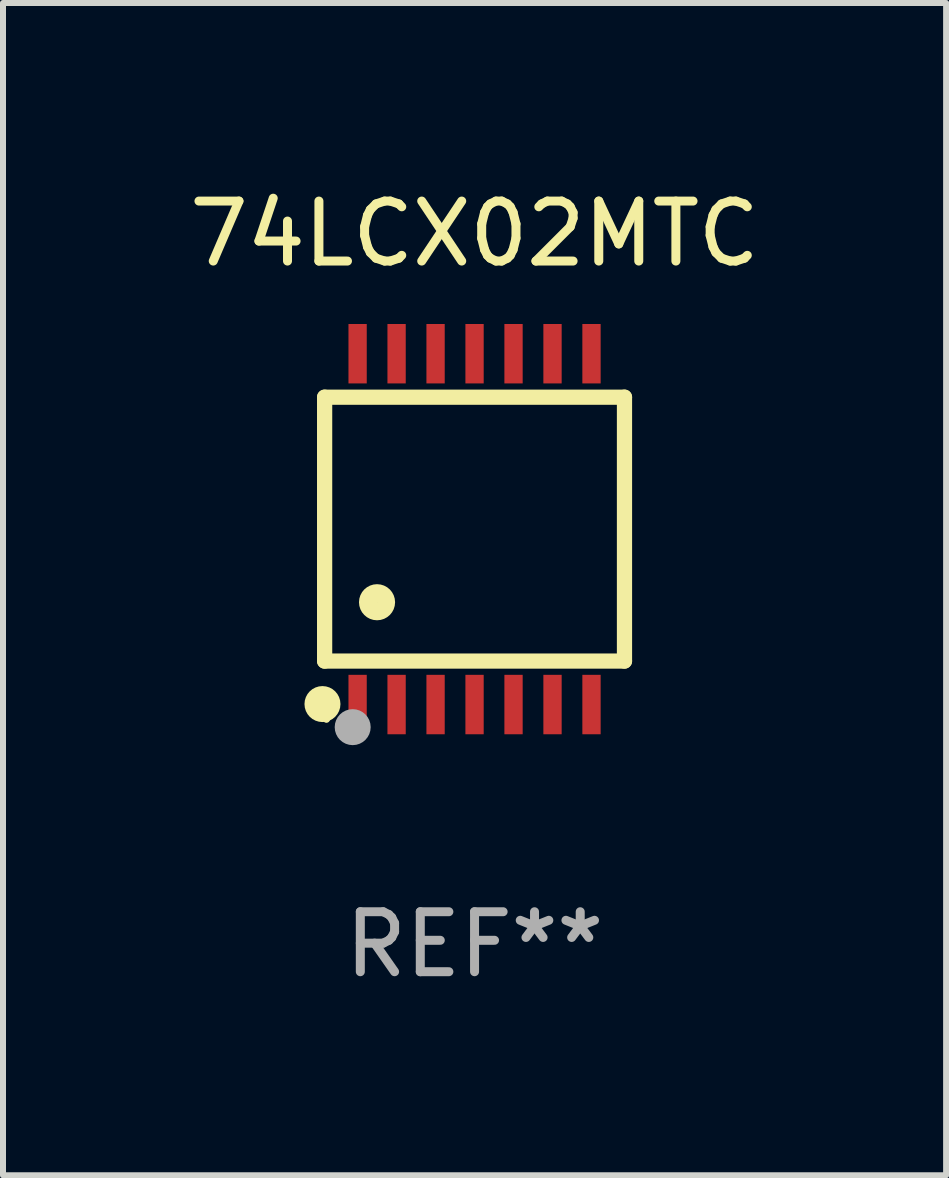
<source format=kicad_pcb>
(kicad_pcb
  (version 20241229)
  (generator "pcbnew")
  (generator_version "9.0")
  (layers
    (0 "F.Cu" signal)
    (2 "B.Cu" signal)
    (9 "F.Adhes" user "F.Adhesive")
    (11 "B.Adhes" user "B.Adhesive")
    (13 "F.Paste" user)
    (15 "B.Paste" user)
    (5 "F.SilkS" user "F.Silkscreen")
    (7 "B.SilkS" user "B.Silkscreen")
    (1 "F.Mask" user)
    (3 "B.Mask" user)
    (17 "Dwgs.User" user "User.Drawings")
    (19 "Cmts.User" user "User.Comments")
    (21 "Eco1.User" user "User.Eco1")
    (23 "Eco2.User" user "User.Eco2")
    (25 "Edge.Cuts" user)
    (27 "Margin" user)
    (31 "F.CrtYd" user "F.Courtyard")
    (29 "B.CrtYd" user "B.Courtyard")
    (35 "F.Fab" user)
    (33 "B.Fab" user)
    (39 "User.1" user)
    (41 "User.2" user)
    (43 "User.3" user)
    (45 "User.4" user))
  (footprint "74LCX02MTC"
    (layer "F.Cu")
    (at 4.863 5.773)
    (property "Reference" "74LCX02MTC" (at 0 -4.925 0) (layer "F.SilkS") (effects (font (size 1 1) (thickness 0.15))))
    (attr through_hole)
    (fp_line (start -2.5 2.2) (end -2.5 -2.2) (stroke (width 0.254) (type solid)) (layer "F.SilkS"))
    (fp_line (start -2.5 2.2) (end 2.5 2.2) (stroke (width 0.254) (type solid)) (layer "F.SilkS"))
    (fp_line (start 2.5 -2.2) (end -2.5 -2.2) (stroke (width 0.254) (type solid)) (layer "F.SilkS"))
    (fp_line (start 2.5 -2.2) (end 2.5 2.2) (stroke (width 0.254) (type solid)) (layer "F.SilkS"))
    (fp_circle (center -2.536 2.917) (end -2.386 2.917) (stroke (width 0.3) (type solid)) (fill no) (layer "F.SilkS"))
    (fp_circle (center -2.47 3.17) (end -2.44 3.17) (stroke (width 0.06) (type solid)) (fill no) (layer "F.SilkS"))
    (fp_circle (center -1.626 1.219) (end -1.475 1.219) (stroke (width 0.3) (type solid)) (fill no) (layer "F.SilkS"))
    (fp_circle (center -2.032 3.302) (end -1.882 3.302) (stroke (width 0.3) (type solid)) (fill no) (layer "F.Fab"))
    (fp_text user "REF**" (at 0 6.925 0) (layer "F.Fab") (effects (font (size 1 1) (thickness 0.15))))
    (pad "1" smd rect (at -1.95 2.925) (size 0.305 0.991) (layers "F.Cu" "F.Mask" "F.Paste"))
    (pad "2" smd rect (at -1.3 2.925) (size 0.305 0.991) (layers "F.Cu" "F.Mask" "F.Paste"))
    (pad "3" smd rect (at -0.65 2.925) (size 0.305 0.991) (layers "F.Cu" "F.Mask" "F.Paste"))
    (pad "4" smd rect (at 0 2.925) (size 0.305 0.991) (layers "F.Cu" "F.Mask" "F.Paste"))
    (pad "5" smd rect (at 0.65 2.925) (size 0.305 0.991) (layers "F.Cu" "F.Mask" "F.Paste"))
    (pad "6" smd rect (at 1.3 2.925) (size 0.305 0.991) (layers "F.Cu" "F.Mask" "F.Paste"))
    (pad "7" smd rect (at 1.95 2.925) (size 0.305 0.991) (layers "F.Cu" "F.Mask" "F.Paste"))
    (pad "8" smd rect (at 1.95 -2.925) (size 0.305 0.991) (layers "F.Cu" "F.Mask" "F.Paste"))
    (pad "9" smd rect (at 1.3 -2.925) (size 0.305 0.991) (layers "F.Cu" "F.Mask" "F.Paste"))
    (pad "10" smd rect (at 0.65 -2.925) (size 0.305 0.991) (layers "F.Cu" "F.Mask" "F.Paste"))
    (pad "11" smd rect (at 0 -2.925) (size 0.305 0.991) (layers "F.Cu" "F.Mask" "F.Paste"))
    (pad "12" smd rect (at -0.65 -2.925) (size 0.305 0.991) (layers "F.Cu" "F.Mask" "F.Paste"))
    (pad "13" smd rect (at -1.3 -2.925) (size 0.305 0.991) (layers "F.Cu" "F.Mask" "F.Paste"))
    (pad "14" smd rect (at -1.95 -2.925) (size 0.305 0.991) (layers "F.Cu" "F.Mask" "F.Paste")))
  (gr_rect
    (start -3 -3)
    (end 12.726 16.547)
    (stroke (width 0.1) (type default))
    (fill no)
    (layer "Edge.Cuts")))
</source>
